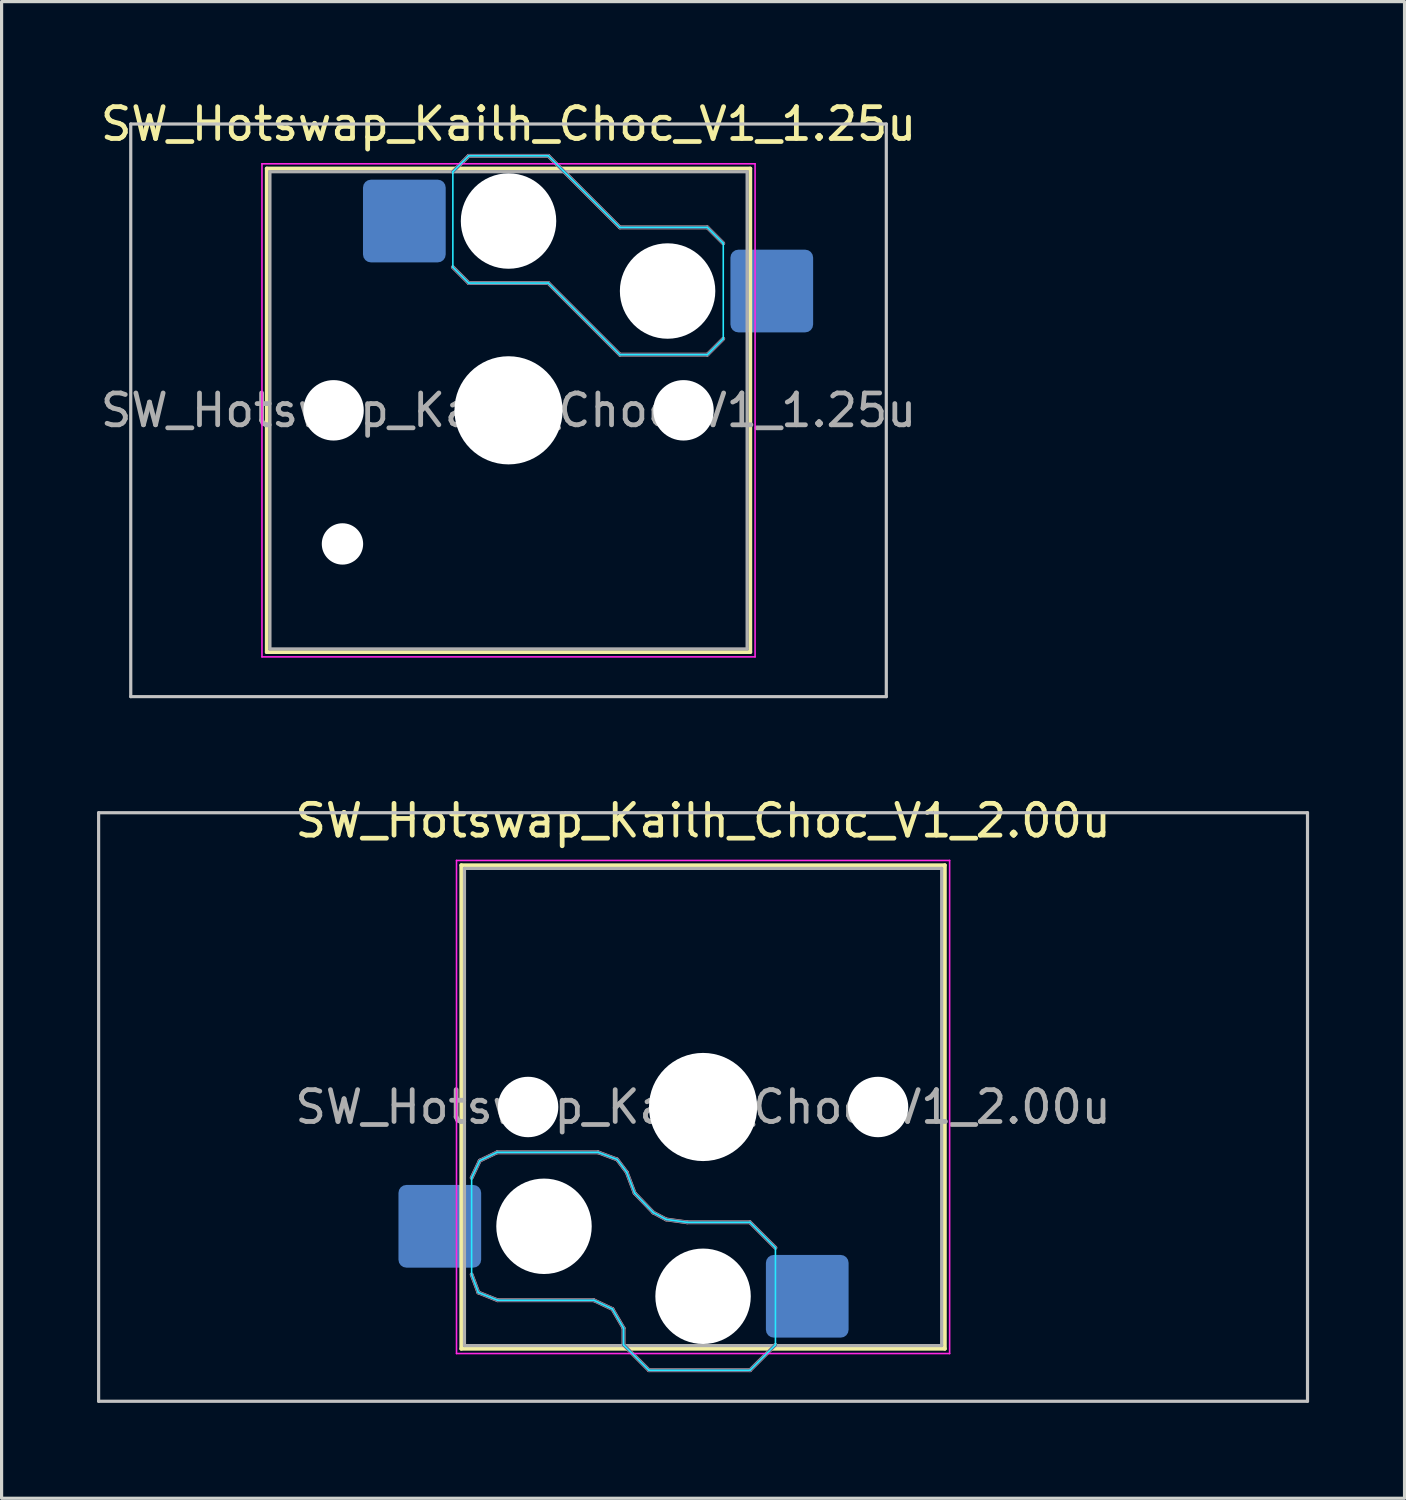
<source format=kicad_pcb>
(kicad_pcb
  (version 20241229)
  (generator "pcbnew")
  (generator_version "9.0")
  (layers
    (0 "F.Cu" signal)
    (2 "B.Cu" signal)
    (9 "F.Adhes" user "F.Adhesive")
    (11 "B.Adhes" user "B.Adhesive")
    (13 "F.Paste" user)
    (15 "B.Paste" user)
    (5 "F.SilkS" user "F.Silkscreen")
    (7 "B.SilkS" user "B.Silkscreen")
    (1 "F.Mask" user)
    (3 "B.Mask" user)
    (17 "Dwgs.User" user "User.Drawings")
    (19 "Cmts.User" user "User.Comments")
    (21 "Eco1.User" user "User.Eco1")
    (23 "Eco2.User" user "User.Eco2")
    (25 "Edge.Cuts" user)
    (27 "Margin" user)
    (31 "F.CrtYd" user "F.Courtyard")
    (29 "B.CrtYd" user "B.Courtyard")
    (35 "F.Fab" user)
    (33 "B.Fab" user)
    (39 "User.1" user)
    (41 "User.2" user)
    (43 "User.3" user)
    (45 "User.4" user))
  (footprint "SW_Hotswap_Kailh_Choc_V1_1.25u"
    (layer "F.Cu")
    (at 12.935 9.848)
    (property "Reference" "SW_Hotswap_Kailh_Choc_V1_1.25u" (at 0 -9 0) (layer "F.SilkS") (effects (font (size 1 1) (thickness 0.15))))
    (attr smd)
    (fp_line (start -7.6 -7.6) (end -7.6 7.6) (stroke (width 0.12) (type solid)) (layer "F.SilkS"))
    (fp_line (start -7.6 7.6) (end 7.6 7.6) (stroke (width 0.12) (type solid)) (layer "F.SilkS"))
    (fp_line (start 7.6 -7.6) (end -7.6 -7.6) (stroke (width 0.12) (type solid)) (layer "F.SilkS"))
    (fp_line (start 7.6 7.6) (end 7.6 -7.6) (stroke (width 0.12) (type solid)) (layer "F.SilkS"))
    (fp_line (start -1.75 -7.5) (end -1.25 -8) (stroke (width 0.12) (type solid)) (layer "B.SilkS"))
    (fp_line (start -1.25 -8) (end 1.25 -8) (stroke (width 0.12) (type solid)) (layer "B.SilkS"))
    (fp_line (start -1.25 -4) (end -1.75 -4.5) (stroke (width 0.12) (type solid)) (layer "B.SilkS"))
    (fp_line (start 1.25 -8) (end 3.5 -5.75) (stroke (width 0.12) (type solid)) (layer "B.SilkS"))
    (fp_line (start 1.25 -4) (end -1.25 -4) (stroke (width 0.12) (type solid)) (layer "B.SilkS"))
    (fp_line (start 3.5 -5.75) (end 6.25 -5.75) (stroke (width 0.12) (type solid)) (layer "B.SilkS"))
    (fp_line (start 3.5 -1.75) (end 1.25 -4) (stroke (width 0.12) (type solid)) (layer "B.SilkS"))
    (fp_line (start 6.25 -5.75) (end 6.75 -5.25) (stroke (width 0.12) (type solid)) (layer "B.SilkS"))
    (fp_line (start 6.25 -1.75) (end 3.5 -1.75) (stroke (width 0.12) (type solid)) (layer "B.SilkS"))
    (fp_line (start 6.75 -2.25) (end 6.25 -1.75) (stroke (width 0.12) (type solid)) (layer "B.SilkS"))
    (fp_line (start -11.875 -9) (end -11.875 9) (stroke (width 0.1) (type solid)) (layer "Dwgs.User"))
    (fp_line (start -11.875 9) (end 11.875 9) (stroke (width 0.1) (type solid)) (layer "Dwgs.User"))
    (fp_line (start 11.875 -9) (end -11.875 -9) (stroke (width 0.1) (type solid)) (layer "Dwgs.User"))
    (fp_line (start 11.875 9) (end 11.875 -9) (stroke (width 0.1) (type solid)) (layer "Dwgs.User"))
    (fp_line (start -7.25 -7.25) (end -7.25 7.25) (stroke (width 0.1) (type solid)) (layer "Eco1.User"))
    (fp_line (start -7.25 7.25) (end 7.25 7.25) (stroke (width 0.1) (type solid)) (layer "Eco1.User"))
    (fp_line (start 7.25 -7.25) (end -7.25 -7.25) (stroke (width 0.1) (type solid)) (layer "Eco1.User"))
    (fp_line (start 7.25 7.25) (end 7.25 -7.25) (stroke (width 0.1) (type solid)) (layer "Eco1.User"))
    (fp_line (start -1.75 -7.5) (end -1.25 -8) (stroke (width 0.05) (type solid)) (layer "B.CrtYd"))
    (fp_line (start -1.75 -4.5) (end -1.75 -7.5) (stroke (width 0.05) (type solid)) (layer "B.CrtYd"))
    (fp_line (start -1.25 -8) (end 1.25 -8) (stroke (width 0.05) (type solid)) (layer "B.CrtYd"))
    (fp_line (start -1.25 -4) (end -1.75 -4.5) (stroke (width 0.05) (type solid)) (layer "B.CrtYd"))
    (fp_line (start 1.25 -8) (end 3.5 -5.75) (stroke (width 0.05) (type solid)) (layer "B.CrtYd"))
    (fp_line (start 1.25 -4) (end -1.25 -4) (stroke (width 0.05) (type solid)) (layer "B.CrtYd"))
    (fp_line (start 3.5 -5.75) (end 6.25 -5.75) (stroke (width 0.05) (type solid)) (layer "B.CrtYd"))
    (fp_line (start 3.5 -1.75) (end 1.25 -4) (stroke (width 0.05) (type solid)) (layer "B.CrtYd"))
    (fp_line (start 6.25 -5.75) (end 6.75 -5.25) (stroke (width 0.05) (type solid)) (layer "B.CrtYd"))
    (fp_line (start 6.25 -1.75) (end 3.5 -1.75) (stroke (width 0.05) (type solid)) (layer "B.CrtYd"))
    (fp_line (start 6.75 -5.25) (end 6.75 -2.25) (stroke (width 0.05) (type solid)) (layer "B.CrtYd"))
    (fp_line (start 6.75 -2.25) (end 6.25 -1.75) (stroke (width 0.05) (type solid)) (layer "B.CrtYd"))
    (fp_line (start -7.75 -7.75) (end -7.75 7.75) (stroke (width 0.05) (type solid)) (layer "F.CrtYd"))
    (fp_line (start -7.75 7.75) (end 7.75 7.75) (stroke (width 0.05) (type solid)) (layer "F.CrtYd"))
    (fp_line (start 7.75 -7.75) (end -7.75 -7.75) (stroke (width 0.05) (type solid)) (layer "F.CrtYd"))
    (fp_line (start 7.75 7.75) (end 7.75 -7.75) (stroke (width 0.05) (type solid)) (layer "F.CrtYd"))
    (fp_line (start -1.75 -7.5) (end -1.25 -8) (stroke (width 0.1) (type solid)) (layer "B.Fab"))
    (fp_line (start -1.25 -8) (end 1.25 -8) (stroke (width 0.1) (type solid)) (layer "B.Fab"))
    (fp_line (start -1.25 -4) (end -1.75 -4.5) (stroke (width 0.1) (type solid)) (layer "B.Fab"))
    (fp_line (start 1.25 -8) (end 3.5 -5.75) (stroke (width 0.1) (type solid)) (layer "B.Fab"))
    (fp_line (start 1.25 -4) (end -1.25 -4) (stroke (width 0.1) (type solid)) (layer "B.Fab"))
    (fp_line (start 3.5 -5.75) (end 6.25 -5.75) (stroke (width 0.1) (type solid)) (layer "B.Fab"))
    (fp_line (start 3.5 -1.75) (end 1.25 -4) (stroke (width 0.1) (type solid)) (layer "B.Fab"))
    (fp_line (start 6.25 -5.75) (end 6.75 -5.25) (stroke (width 0.1) (type solid)) (layer "B.Fab"))
    (fp_line (start 6.25 -1.75) (end 3.5 -1.75) (stroke (width 0.1) (type solid)) (layer "B.Fab"))
    (fp_line (start 6.75 -2.25) (end 6.25 -1.75) (stroke (width 0.1) (type solid)) (layer "B.Fab"))
    (fp_line (start -7.5 -7.5) (end -7.5 7.5) (stroke (width 0.1) (type solid)) (layer "F.Fab"))
    (fp_line (start -7.5 7.5) (end 7.5 7.5) (stroke (width 0.1) (type solid)) (layer "F.Fab"))
    (fp_line (start 7.5 -7.5) (end -7.5 -7.5) (stroke (width 0.1) (type solid)) (layer "F.Fab"))
    (fp_line (start 7.5 7.5) (end 7.5 -7.5) (stroke (width 0.1) (type solid)) (layer "F.Fab"))
    (fp_text user "${REFERENCE}" (at 0 0 0) (layer "F.Fab") (effects (font (size 1 1) (thickness 0.15))))
    (pad "" np_thru_hole circle (at -5.5 0) (size 1.9 1.9) (drill 1.9) (layers "*.Cu" "*.Mask"))
    (pad "" np_thru_hole circle (at -5.22 4.2) (size 1.3 1.3) (drill 1.3) (layers "*.Cu" "*.Mask"))
    (pad "" np_thru_hole circle (at 0 -5.95) (size 3 3) (drill 3) (layers "*.Cu" "*.Mask"))
    (pad "" np_thru_hole circle (at 0 0) (size 3.4 3.4) (drill 3.4) (layers "*.Cu" "*.Mask"))
    (pad "" np_thru_hole circle (at 5 -3.75) (size 3 3) (drill 3) (layers "*.Cu" "*.Mask"))
    (pad "" np_thru_hole circle (at 5.5 0) (size 1.9 1.9) (drill 1.9) (layers "*.Cu" "*.Mask"))
    (pad "1" smd roundrect (at -3.275 -5.95) (size 2.6 2.6) (layers "B.Cu" "B.Mask" "B.Paste") (roundrect_rratio 0.096))
    (pad "2" smd roundrect (at 8.275 -3.75) (size 2.6 2.6) (layers "B.Cu" "B.Mask" "B.Paste") (roundrect_rratio 0.096)))
  (footprint "SW_Hotswap_Kailh_Choc_V1_2.00u"
    (layer "F.Cu")
    (at 19.05 31.747)
    (property "Reference" "SW_Hotswap_Kailh_Choc_V1_2.00u" (at 0 -9 0) (layer "F.SilkS") (effects (font (size 1 1) (thickness 0.15))))
    (attr smd)
    (fp_line (start -7.6 -7.6) (end -7.6 7.6) (stroke (width 0.12) (type solid)) (layer "F.SilkS"))
    (fp_line (start -7.6 7.6) (end 7.6 7.6) (stroke (width 0.12) (type solid)) (layer "F.SilkS"))
    (fp_line (start 7.6 -7.6) (end -7.6 -7.6) (stroke (width 0.12) (type solid)) (layer "F.SilkS"))
    (fp_line (start 7.6 7.6) (end 7.6 -7.6) (stroke (width 0.12) (type solid)) (layer "F.SilkS"))
    (fp_line (start -7.275 5.265) (end -7.064 5.831) (stroke (width 0.12) (type solid)) (layer "B.SilkS"))
    (fp_line (start -7.064 5.831) (end -6.458 6.075) (stroke (width 0.12) (type solid)) (layer "B.SilkS"))
    (fp_line (start -7.02 1.688) (end -7.275 2.225) (stroke (width 0.12) (type solid)) (layer "B.SilkS"))
    (fp_line (start -6.475 1.425) (end -7.02 1.688) (stroke (width 0.12) (type solid)) (layer "B.SilkS"))
    (fp_line (start -6.458 6.075) (end -3.433 6.075) (stroke (width 0.12) (type solid)) (layer "B.SilkS"))
    (fp_line (start -3.433 6.075) (end -2.85 6.35) (stroke (width 0.12) (type solid)) (layer "B.SilkS"))
    (fp_line (start -3.3 1.425) (end -6.475 1.425) (stroke (width 0.12) (type solid)) (layer "B.SilkS"))
    (fp_line (start -2.85 6.35) (end -2.5 6.95) (stroke (width 0.12) (type solid)) (layer "B.SilkS"))
    (fp_line (start -2.7 1.65) (end -3.3 1.425) (stroke (width 0.12) (type solid)) (layer "B.SilkS"))
    (fp_line (start -2.5 6.95) (end -2.5 7.475) (stroke (width 0.12) (type solid)) (layer "B.SilkS"))
    (fp_line (start -2.5 7.475) (end -1.7 8.275) (stroke (width 0.12) (type solid)) (layer "B.SilkS"))
    (fp_line (start -2.4 2.05) (end -2.7 1.65) (stroke (width 0.12) (type solid)) (layer "B.SilkS"))
    (fp_line (start -2.15 2.709) (end -2.4 2.05) (stroke (width 0.12) (type solid)) (layer "B.SilkS"))
    (fp_line (start -1.7 8.275) (end 1.475 8.275) (stroke (width 0.12) (type solid)) (layer "B.SilkS"))
    (fp_line (start -1.565 3.318) (end -2.15 2.709) (stroke (width 0.12) (type solid)) (layer "B.SilkS"))
    (fp_line (start -1.162 3.534) (end -1.565 3.318) (stroke (width 0.12) (type solid)) (layer "B.SilkS"))
    (fp_line (start -0.5 3.625) (end -1.162 3.534) (stroke (width 0.12) (type solid)) (layer "B.SilkS"))
    (fp_line (start 1.475 3.625) (end -0.5 3.625) (stroke (width 0.12) (type solid)) (layer "B.SilkS"))
    (fp_line (start 1.475 8.275) (end 2.275 7.475) (stroke (width 0.12) (type solid)) (layer "B.SilkS"))
    (fp_line (start 2.275 4.425) (end 1.475 3.625) (stroke (width 0.12) (type solid)) (layer "B.SilkS"))
    (fp_line (start -19 -9.25) (end -19 9.25) (stroke (width 0.1) (type solid)) (layer "Dwgs.User"))
    (fp_line (start -19 9.25) (end 19 9.25) (stroke (width 0.1) (type solid)) (layer "Dwgs.User"))
    (fp_line (start 19 -9.25) (end -19 -9.25) (stroke (width 0.1) (type solid)) (layer "Dwgs.User"))
    (fp_line (start 19 9.25) (end 19 -9.25) (stroke (width 0.1) (type solid)) (layer "Dwgs.User"))
    (fp_line (start -7.25 -7.25) (end -7.25 7.25) (stroke (width 0.1) (type solid)) (layer "Eco1.User"))
    (fp_line (start -7.25 7.25) (end 7.25 7.25) (stroke (width 0.1) (type solid)) (layer "Eco1.User"))
    (fp_line (start 7.25 -7.25) (end -7.25 -7.25) (stroke (width 0.1) (type solid)) (layer "Eco1.User"))
    (fp_line (start 7.25 7.25) (end 7.25 -7.25) (stroke (width 0.1) (type solid)) (layer "Eco1.User"))
    (fp_line (start -7.275 2.225) (end -7.275 5.265) (stroke (width 0.05) (type solid)) (layer "B.CrtYd"))
    (fp_line (start -7.275 5.265) (end -7.064 5.831) (stroke (width 0.05) (type solid)) (layer "B.CrtYd"))
    (fp_line (start -7.064 5.831) (end -6.458 6.075) (stroke (width 0.05) (type solid)) (layer "B.CrtYd"))
    (fp_line (start -7.02 1.688) (end -7.275 2.225) (stroke (width 0.05) (type solid)) (layer "B.CrtYd"))
    (fp_line (start -6.475 1.425) (end -7.02 1.688) (stroke (width 0.05) (type solid)) (layer "B.CrtYd"))
    (fp_line (start -6.458 6.075) (end -3.433 6.075) (stroke (width 0.05) (type solid)) (layer "B.CrtYd"))
    (fp_line (start -3.433 6.075) (end -2.85 6.35) (stroke (width 0.05) (type solid)) (layer "B.CrtYd"))
    (fp_line (start -3.3 1.425) (end -6.475 1.425) (stroke (width 0.05) (type solid)) (layer "B.CrtYd"))
    (fp_line (start -2.85 6.35) (end -2.5 6.95) (stroke (width 0.05) (type solid)) (layer "B.CrtYd"))
    (fp_line (start -2.7 1.65) (end -3.3 1.425) (stroke (width 0.05) (type solid)) (layer "B.CrtYd"))
    (fp_line (start -2.5 6.95) (end -2.5 7.475) (stroke (width 0.05) (type solid)) (layer "B.CrtYd"))
    (fp_line (start -2.5 7.475) (end -1.7 8.275) (stroke (width 0.05) (type solid)) (layer "B.CrtYd"))
    (fp_line (start -2.4 2.05) (end -2.7 1.65) (stroke (width 0.05) (type solid)) (layer "B.CrtYd"))
    (fp_line (start -2.15 2.709) (end -2.4 2.05) (stroke (width 0.05) (type solid)) (layer "B.CrtYd"))
    (fp_line (start -1.7 8.275) (end 1.475 8.275) (stroke (width 0.05) (type solid)) (layer "B.CrtYd"))
    (fp_line (start -1.565 3.318) (end -2.15 2.709) (stroke (width 0.05) (type solid)) (layer "B.CrtYd"))
    (fp_line (start -1.162 3.534) (end -1.565 3.318) (stroke (width 0.05) (type solid)) (layer "B.CrtYd"))
    (fp_line (start -0.5 3.625) (end -1.162 3.534) (stroke (width 0.05) (type solid)) (layer "B.CrtYd"))
    (fp_line (start 1.475 3.625) (end -0.5 3.625) (stroke (width 0.05) (type solid)) (layer "B.CrtYd"))
    (fp_line (start 1.475 8.275) (end 2.275 7.475) (stroke (width 0.05) (type solid)) (layer "B.CrtYd"))
    (fp_line (start 2.275 4.425) (end 1.475 3.625) (stroke (width 0.05) (type solid)) (layer "B.CrtYd"))
    (fp_line (start 2.275 7.475) (end 2.275 4.425) (stroke (width 0.05) (type solid)) (layer "B.CrtYd"))
    (fp_line (start -7.75 -7.75) (end -7.75 7.75) (stroke (width 0.05) (type solid)) (layer "F.CrtYd"))
    (fp_line (start -7.75 7.75) (end 7.75 7.75) (stroke (width 0.05) (type solid)) (layer "F.CrtYd"))
    (fp_line (start 7.75 -7.75) (end -7.75 -7.75) (stroke (width 0.05) (type solid)) (layer "F.CrtYd"))
    (fp_line (start 7.75 7.75) (end 7.75 -7.75) (stroke (width 0.05) (type solid)) (layer "F.CrtYd"))
    (fp_line (start -7.275 5.265) (end -7.064 5.831) (stroke (width 0.1) (type solid)) (layer "B.Fab"))
    (fp_line (start -7.064 5.831) (end -6.458 6.075) (stroke (width 0.1) (type solid)) (layer "B.Fab"))
    (fp_line (start -7.02 1.688) (end -7.275 2.225) (stroke (width 0.1) (type solid)) (layer "B.Fab"))
    (fp_line (start -6.475 1.425) (end -7.02 1.688) (stroke (width 0.1) (type solid)) (layer "B.Fab"))
    (fp_line (start -6.458 6.075) (end -3.433 6.075) (stroke (width 0.1) (type solid)) (layer "B.Fab"))
    (fp_line (start -3.433 6.075) (end -2.85 6.35) (stroke (width 0.1) (type solid)) (layer "B.Fab"))
    (fp_line (start -3.3 1.425) (end -6.475 1.425) (stroke (width 0.1) (type solid)) (layer "B.Fab"))
    (fp_line (start -2.85 6.35) (end -2.5 6.95) (stroke (width 0.1) (type solid)) (layer "B.Fab"))
    (fp_line (start -2.7 1.65) (end -3.3 1.425) (stroke (width 0.1) (type solid)) (layer "B.Fab"))
    (fp_line (start -2.5 6.95) (end -2.5 7.475) (stroke (width 0.1) (type solid)) (layer "B.Fab"))
    (fp_line (start -2.5 7.475) (end -1.7 8.275) (stroke (width 0.1) (type solid)) (layer "B.Fab"))
    (fp_line (start -2.4 2.05) (end -2.7 1.65) (stroke (width 0.1) (type solid)) (layer "B.Fab"))
    (fp_line (start -2.15 2.709) (end -2.4 2.05) (stroke (width 0.1) (type solid)) (layer "B.Fab"))
    (fp_line (start -1.7 8.275) (end 1.475 8.275) (stroke (width 0.1) (type solid)) (layer "B.Fab"))
    (fp_line (start -1.565 3.318) (end -2.15 2.709) (stroke (width 0.1) (type solid)) (layer "B.Fab"))
    (fp_line (start -1.162 3.534) (end -1.565 3.318) (stroke (width 0.1) (type solid)) (layer "B.Fab"))
    (fp_line (start -0.5 3.625) (end -1.162 3.534) (stroke (width 0.1) (type solid)) (layer "B.Fab"))
    (fp_line (start 1.475 3.625) (end -0.5 3.625) (stroke (width 0.1) (type solid)) (layer "B.Fab"))
    (fp_line (start 1.475 8.275) (end 2.275 7.475) (stroke (width 0.1) (type solid)) (layer "B.Fab"))
    (fp_line (start 2.275 4.425) (end 1.475 3.625) (stroke (width 0.1) (type solid)) (layer "B.Fab"))
    (fp_line (start -7.5 -7.5) (end -7.5 7.5) (stroke (width 0.1) (type solid)) (layer "F.Fab"))
    (fp_line (start -7.5 7.5) (end 7.5 7.5) (stroke (width 0.1) (type solid)) (layer "F.Fab"))
    (fp_line (start 7.5 -7.5) (end -7.5 -7.5) (stroke (width 0.1) (type solid)) (layer "F.Fab"))
    (fp_line (start 7.5 7.5) (end 7.5 -7.5) (stroke (width 0.1) (type solid)) (layer "F.Fab"))
    (fp_text user "${REFERENCE}" (at 0 0 0) (layer "F.Fab") (effects (font (size 1 1) (thickness 0.15))))
    (pad "" np_thru_hole circle (at -5.5 0) (size 1.9 1.9) (drill 1.9) (layers "*.Cu" "*.Mask"))
    (pad "" np_thru_hole circle (at -5 3.75) (size 3 3) (drill 3) (layers "*.Cu" "*.Mask"))
    (pad "" np_thru_hole circle (at 0 0) (size 3.4 3.4) (drill 3.4) (layers "*.Cu" "*.Mask"))
    (pad "" np_thru_hole circle (at 0 5.95) (size 3 3) (drill 3) (layers "*.Cu" "*.Mask"))
    (pad "" np_thru_hole circle (at 5.5 0) (size 1.9 1.9) (drill 1.9) (layers "*.Cu" "*.Mask"))
    (pad "1" smd roundrect (at 3.275 5.95) (size 2.6 2.6) (layers "B.Cu" "B.Mask" "B.Paste") (roundrect_rratio 0.096))
    (pad "2" smd roundrect (at -8.275 3.75) (size 2.6 2.6) (layers "B.Cu" "B.Mask" "B.Paste") (roundrect_rratio 0.096)))
  (gr_rect
    (start -3 -3)
    (end 41.1 44.047)
    (stroke (width 0.1) (type default))
    (fill no)
    (layer "Edge.Cuts")))
</source>
